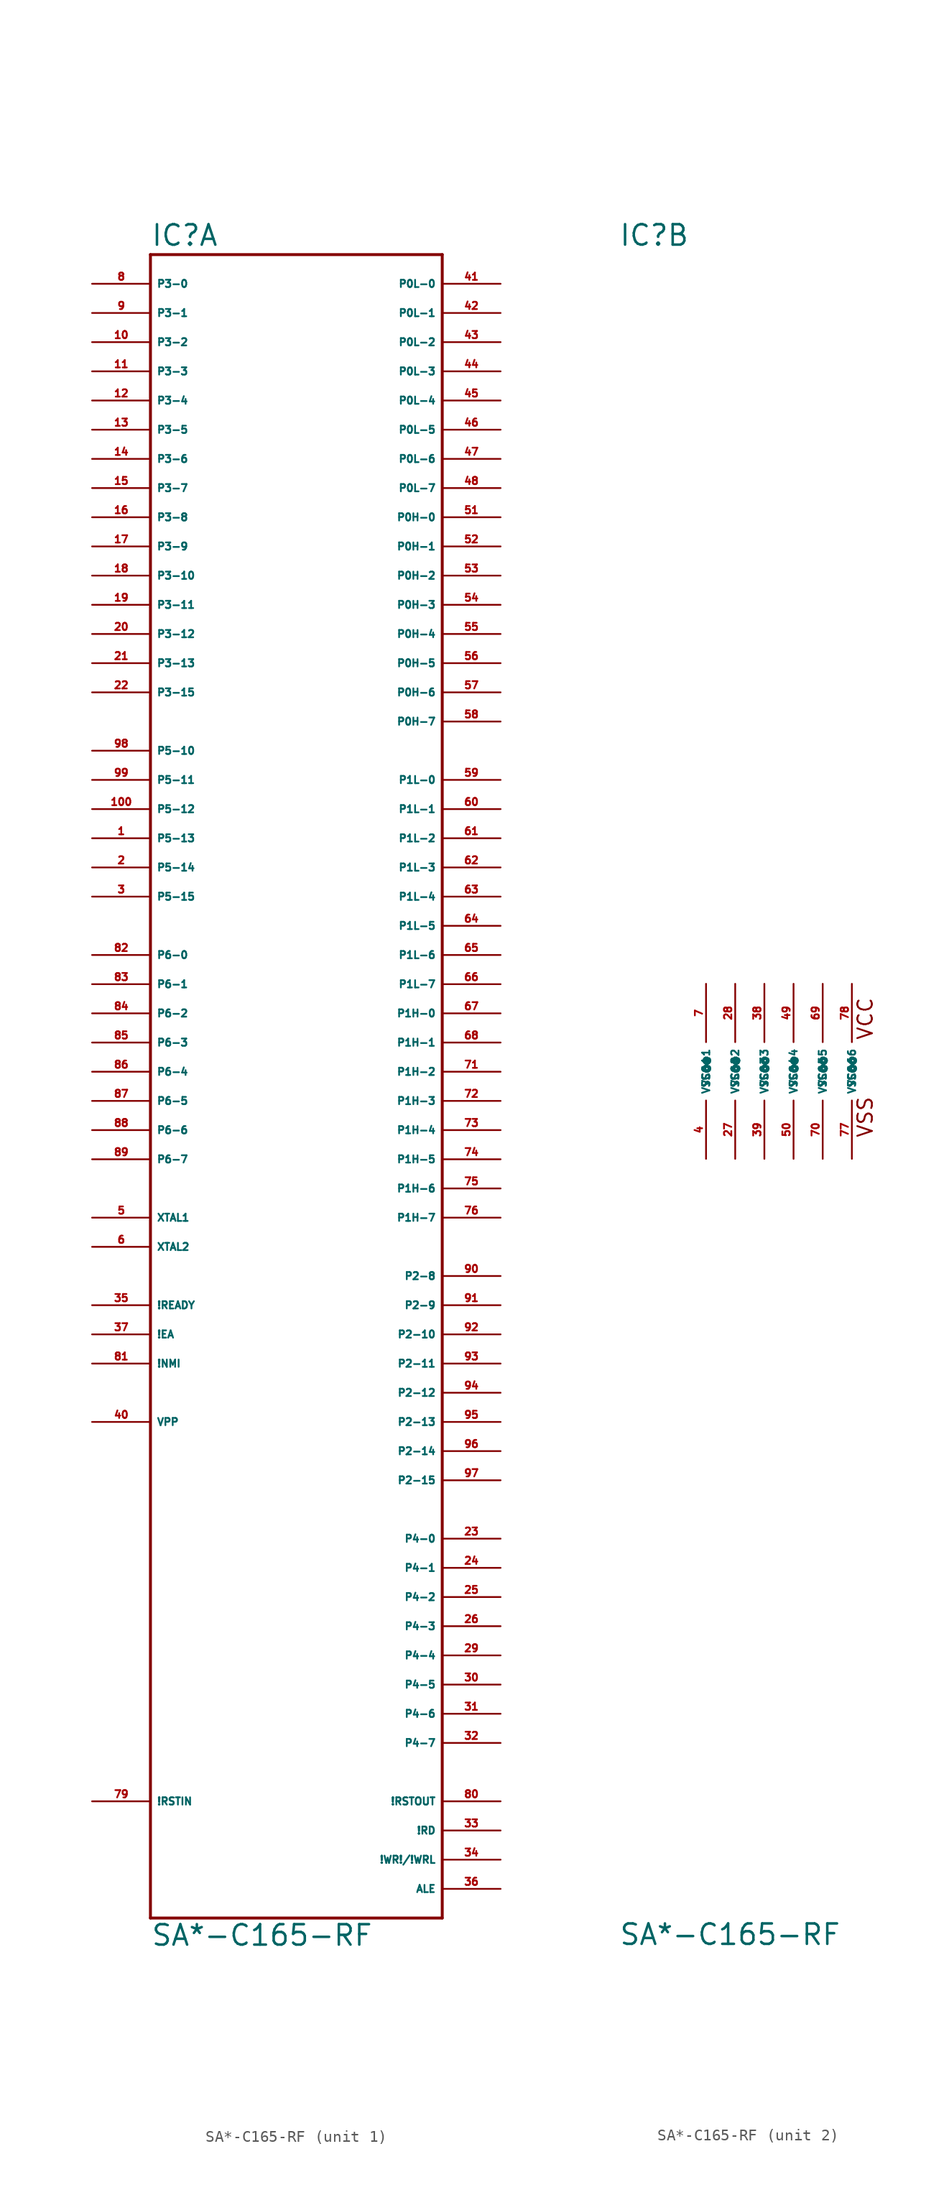
<source format=kicad_sym>
(kicad_symbol_lib
  (version 20220914)
  (generator Eagle2Kicad)
  (symbol "SA*-C165-RF"
    (property "Reference" "IC"
      (at -12.7 71.755 0)
      (effects (font (size 1.778 1.778) (thickness 0.22)) (justify left bottom)))
    (property "Value" "SA*-C165-RF"
      (at -12.7 -76.2 0)
      (effects (font (size 1.778 1.778) (thickness 0.22)) (justify left bottom)))
    (symbol "SA*-C165-RF_1_0"
      (polyline (pts (xy 12.7 71.12) (xy -12.7 71.12)) (stroke (width 0.254) (type default)) (fill (type none)))
      (polyline (pts (xy -12.7 71.12) (xy -12.7 -73.66)) (stroke (width 0.254) (type default)) (fill (type none)))
      (polyline (pts (xy -12.7 -73.66) (xy 12.7 -73.66)) (stroke (width 0.254) (type default)) (fill (type none)))
      (polyline (pts (xy 12.7 -73.66) (xy 12.7 71.12)) (stroke (width 0.254) (type default)) (fill (type none)))
      (pin bidirectional line (at 17.78 66.04 180) (length 5.08) (name "P0L-1" (effects (font (size 0.635 0.635) (thickness 0.08)) (justify left bottom))) (number "42" (effects (font (size 0.635 0.635) (thickness 0.08)) (justify left bottom))))
      (pin bidirectional line (at 17.78 63.5 180) (length 5.08) (name "P0L-2" (effects (font (size 0.635 0.635) (thickness 0.08)) (justify left bottom))) (number "43" (effects (font (size 0.635 0.635) (thickness 0.08)) (justify left bottom))))
      (pin bidirectional line (at 17.78 60.96 180) (length 5.08) (name "P0L-3" (effects (font (size 0.635 0.635) (thickness 0.08)) (justify left bottom))) (number "44" (effects (font (size 0.635 0.635) (thickness 0.08)) (justify left bottom))))
      (pin bidirectional line (at 17.78 58.42 180) (length 5.08) (name "P0L-4" (effects (font (size 0.635 0.635) (thickness 0.08)) (justify left bottom))) (number "45" (effects (font (size 0.635 0.635) (thickness 0.08)) (justify left bottom))))
      (pin bidirectional line (at 17.78 55.88 180) (length 5.08) (name "P0L-5" (effects (font (size 0.635 0.635) (thickness 0.08)) (justify left bottom))) (number "46" (effects (font (size 0.635 0.635) (thickness 0.08)) (justify left bottom))))
      (pin bidirectional line (at 17.78 53.34 180) (length 5.08) (name "P0L-6" (effects (font (size 0.635 0.635) (thickness 0.08)) (justify left bottom))) (number "47" (effects (font (size 0.635 0.635) (thickness 0.08)) (justify left bottom))))
      (pin bidirectional line (at 17.78 50.8 180) (length 5.08) (name "P0L-7" (effects (font (size 0.635 0.635) (thickness 0.08)) (justify left bottom))) (number "48" (effects (font (size 0.635 0.635) (thickness 0.08)) (justify left bottom))))
      (pin bidirectional line (at 17.78 48.26 180) (length 5.08) (name "P0H-0" (effects (font (size 0.635 0.635) (thickness 0.08)) (justify left bottom))) (number "51" (effects (font (size 0.635 0.635) (thickness 0.08)) (justify left bottom))))
      (pin bidirectional line (at 17.78 45.72 180) (length 5.08) (name "P0H-1" (effects (font (size 0.635 0.635) (thickness 0.08)) (justify left bottom))) (number "52" (effects (font (size 0.635 0.635) (thickness 0.08)) (justify left bottom))))
      (pin bidirectional line (at 17.78 43.18 180) (length 5.08) (name "P0H-2" (effects (font (size 0.635 0.635) (thickness 0.08)) (justify left bottom))) (number "53" (effects (font (size 0.635 0.635) (thickness 0.08)) (justify left bottom))))
      (pin bidirectional line (at 17.78 40.64 180) (length 5.08) (name "P0H-3" (effects (font (size 0.635 0.635) (thickness 0.08)) (justify left bottom))) (number "54" (effects (font (size 0.635 0.635) (thickness 0.08)) (justify left bottom))))
      (pin bidirectional line (at 17.78 38.1 180) (length 5.08) (name "P0H-4" (effects (font (size 0.635 0.635) (thickness 0.08)) (justify left bottom))) (number "55" (effects (font (size 0.635 0.635) (thickness 0.08)) (justify left bottom))))
      (pin bidirectional line (at 17.78 35.56 180) (length 5.08) (name "P0H-5" (effects (font (size 0.635 0.635) (thickness 0.08)) (justify left bottom))) (number "56" (effects (font (size 0.635 0.635) (thickness 0.08)) (justify left bottom))))
      (pin bidirectional line (at 17.78 33.02 180) (length 5.08) (name "P0H-6" (effects (font (size 0.635 0.635) (thickness 0.08)) (justify left bottom))) (number "57" (effects (font (size 0.635 0.635) (thickness 0.08)) (justify left bottom))))
      (pin bidirectional line (at 17.78 30.48 180) (length 5.08) (name "P0H-7" (effects (font (size 0.635 0.635) (thickness 0.08)) (justify left bottom))) (number "58" (effects (font (size 0.635 0.635) (thickness 0.08)) (justify left bottom))))
      (pin bidirectional line (at 17.78 68.58 180) (length 5.08) (name "P0L-0" (effects (font (size 0.635 0.635) (thickness 0.08)) (justify left bottom))) (number "41" (effects (font (size 0.635 0.635) (thickness 0.08)) (justify left bottom))))
      (pin input line (at -17.78 20.32 0) (length 5.08) (name "P5-13" (effects (font (size 0.635 0.635) (thickness 0.08)) (justify left bottom))) (number "1" (effects (font (size 0.635 0.635) (thickness 0.08)) (justify left bottom))))
      (pin input line (at -17.78 17.78 0) (length 5.08) (name "P5-14" (effects (font (size 0.635 0.635) (thickness 0.08)) (justify left bottom))) (number "2" (effects (font (size 0.635 0.635) (thickness 0.08)) (justify left bottom))))
      (pin input line (at -17.78 15.24 0) (length 5.08) (name "P5-15" (effects (font (size 0.635 0.635) (thickness 0.08)) (justify left bottom))) (number "3" (effects (font (size 0.635 0.635) (thickness 0.08)) (justify left bottom))))
      (pin bidirectional line (at -17.78 10.16 0) (length 5.08) (name "P6-0" (effects (font (size 0.635 0.635) (thickness 0.08)) (justify left bottom))) (number "82" (effects (font (size 0.635 0.635) (thickness 0.08)) (justify left bottom))))
      (pin bidirectional line (at -17.78 7.62 0) (length 5.08) (name "P6-1" (effects (font (size 0.635 0.635) (thickness 0.08)) (justify left bottom))) (number "83" (effects (font (size 0.635 0.635) (thickness 0.08)) (justify left bottom))))
      (pin bidirectional line (at -17.78 5.08 0) (length 5.08) (name "P6-2" (effects (font (size 0.635 0.635) (thickness 0.08)) (justify left bottom))) (number "84" (effects (font (size 0.635 0.635) (thickness 0.08)) (justify left bottom))))
      (pin bidirectional line (at -17.78 2.54 0) (length 5.08) (name "P6-3" (effects (font (size 0.635 0.635) (thickness 0.08)) (justify left bottom))) (number "85" (effects (font (size 0.635 0.635) (thickness 0.08)) (justify left bottom))))
      (pin bidirectional line (at -17.78 0 0) (length 5.08) (name "P6-4" (effects (font (size 0.635 0.635) (thickness 0.08)) (justify left bottom))) (number "86" (effects (font (size 0.635 0.635) (thickness 0.08)) (justify left bottom))))
      (pin bidirectional line (at -17.78 -2.54 0) (length 5.08) (name "P6-5" (effects (font (size 0.635 0.635) (thickness 0.08)) (justify left bottom))) (number "87" (effects (font (size 0.635 0.635) (thickness 0.08)) (justify left bottom))))
      (pin bidirectional line (at -17.78 -5.08 0) (length 5.08) (name "P6-6" (effects (font (size 0.635 0.635) (thickness 0.08)) (justify left bottom))) (number "88" (effects (font (size 0.635 0.635) (thickness 0.08)) (justify left bottom))))
      (pin bidirectional line (at 17.78 25.4 180) (length 5.08) (name "P1L-0" (effects (font (size 0.635 0.635) (thickness 0.08)) (justify left bottom))) (number "59" (effects (font (size 0.635 0.635) (thickness 0.08)) (justify left bottom))))
      (pin bidirectional line (at 17.78 22.86 180) (length 5.08) (name "P1L-1" (effects (font (size 0.635 0.635) (thickness 0.08)) (justify left bottom))) (number "60" (effects (font (size 0.635 0.635) (thickness 0.08)) (justify left bottom))))
      (pin bidirectional line (at 17.78 20.32 180) (length 5.08) (name "P1L-2" (effects (font (size 0.635 0.635) (thickness 0.08)) (justify left bottom))) (number "61" (effects (font (size 0.635 0.635) (thickness 0.08)) (justify left bottom))))
      (pin bidirectional line (at 17.78 17.78 180) (length 5.08) (name "P1L-3" (effects (font (size 0.635 0.635) (thickness 0.08)) (justify left bottom))) (number "62" (effects (font (size 0.635 0.635) (thickness 0.08)) (justify left bottom))))
      (pin bidirectional line (at 17.78 15.24 180) (length 5.08) (name "P1L-4" (effects (font (size 0.635 0.635) (thickness 0.08)) (justify left bottom))) (number "63" (effects (font (size 0.635 0.635) (thickness 0.08)) (justify left bottom))))
      (pin bidirectional line (at 17.78 12.7 180) (length 5.08) (name "P1L-5" (effects (font (size 0.635 0.635) (thickness 0.08)) (justify left bottom))) (number "64" (effects (font (size 0.635 0.635) (thickness 0.08)) (justify left bottom))))
      (pin bidirectional line (at 17.78 10.16 180) (length 5.08) (name "P1L-6" (effects (font (size 0.635 0.635) (thickness 0.08)) (justify left bottom))) (number "65" (effects (font (size 0.635 0.635) (thickness 0.08)) (justify left bottom))))
      (pin bidirectional line (at 17.78 7.62 180) (length 5.08) (name "P1L-7" (effects (font (size 0.635 0.635) (thickness 0.08)) (justify left bottom))) (number "66" (effects (font (size 0.635 0.635) (thickness 0.08)) (justify left bottom))))
      (pin bidirectional line (at 17.78 5.08 180) (length 5.08) (name "P1H-0" (effects (font (size 0.635 0.635) (thickness 0.08)) (justify left bottom))) (number "67" (effects (font (size 0.635 0.635) (thickness 0.08)) (justify left bottom))))
      (pin bidirectional line (at 17.78 2.54 180) (length 5.08) (name "P1H-1" (effects (font (size 0.635 0.635) (thickness 0.08)) (justify left bottom))) (number "68" (effects (font (size 0.635 0.635) (thickness 0.08)) (justify left bottom))))
      (pin bidirectional line (at 17.78 0 180) (length 5.08) (name "P1H-2" (effects (font (size 0.635 0.635) (thickness 0.08)) (justify left bottom))) (number "71" (effects (font (size 0.635 0.635) (thickness 0.08)) (justify left bottom))))
      (pin bidirectional line (at 17.78 -2.54 180) (length 5.08) (name "P1H-3" (effects (font (size 0.635 0.635) (thickness 0.08)) (justify left bottom))) (number "72" (effects (font (size 0.635 0.635) (thickness 0.08)) (justify left bottom))))
      (pin bidirectional line (at 17.78 -5.08 180) (length 5.08) (name "P1H-4" (effects (font (size 0.635 0.635) (thickness 0.08)) (justify left bottom))) (number "73" (effects (font (size 0.635 0.635) (thickness 0.08)) (justify left bottom))))
      (pin bidirectional line (at 17.78 -7.62 180) (length 5.08) (name "P1H-5" (effects (font (size 0.635 0.635) (thickness 0.08)) (justify left bottom))) (number "74" (effects (font (size 0.635 0.635) (thickness 0.08)) (justify left bottom))))
      (pin bidirectional line (at 17.78 -10.16 180) (length 5.08) (name "P1H-6" (effects (font (size 0.635 0.635) (thickness 0.08)) (justify left bottom))) (number "75" (effects (font (size 0.635 0.635) (thickness 0.08)) (justify left bottom))))
      (pin bidirectional line (at 17.78 -12.7 180) (length 5.08) (name "P1H-7" (effects (font (size 0.635 0.635) (thickness 0.08)) (justify left bottom))) (number "76" (effects (font (size 0.635 0.635) (thickness 0.08)) (justify left bottom))))
      (pin bidirectional line (at 17.78 -17.78 180) (length 5.08) (name "P2-8" (effects (font (size 0.635 0.635) (thickness 0.08)) (justify left bottom))) (number "90" (effects (font (size 0.635 0.635) (thickness 0.08)) (justify left bottom))))
      (pin bidirectional line (at 17.78 -20.32 180) (length 5.08) (name "P2-9" (effects (font (size 0.635 0.635) (thickness 0.08)) (justify left bottom))) (number "91" (effects (font (size 0.635 0.635) (thickness 0.08)) (justify left bottom))))
      (pin bidirectional line (at 17.78 -22.86 180) (length 5.08) (name "P2-10" (effects (font (size 0.635 0.635) (thickness 0.08)) (justify left bottom))) (number "92" (effects (font (size 0.635 0.635) (thickness 0.08)) (justify left bottom))))
      (pin bidirectional line (at 17.78 -25.4 180) (length 5.08) (name "P2-11" (effects (font (size 0.635 0.635) (thickness 0.08)) (justify left bottom))) (number "93" (effects (font (size 0.635 0.635) (thickness 0.08)) (justify left bottom))))
      (pin bidirectional line (at 17.78 -27.94 180) (length 5.08) (name "P2-12" (effects (font (size 0.635 0.635) (thickness 0.08)) (justify left bottom))) (number "94" (effects (font (size 0.635 0.635) (thickness 0.08)) (justify left bottom))))
      (pin bidirectional line (at 17.78 -33.02 180) (length 5.08) (name "P2-14" (effects (font (size 0.635 0.635) (thickness 0.08)) (justify left bottom))) (number "96" (effects (font (size 0.635 0.635) (thickness 0.08)) (justify left bottom))))
      (pin bidirectional line (at 17.78 -35.56 180) (length 5.08) (name "P2-15" (effects (font (size 0.635 0.635) (thickness 0.08)) (justify left bottom))) (number "97" (effects (font (size 0.635 0.635) (thickness 0.08)) (justify left bottom))))
      (pin bidirectional line (at 17.78 -30.48 180) (length 5.08) (name "P2-13" (effects (font (size 0.635 0.635) (thickness 0.08)) (justify left bottom))) (number "95" (effects (font (size 0.635 0.635) (thickness 0.08)) (justify left bottom))))
      (pin bidirectional line (at 17.78 -40.64 180) (length 5.08) (name "P4-0" (effects (font (size 0.635 0.635) (thickness 0.08)) (justify left bottom))) (number "23" (effects (font (size 0.635 0.635) (thickness 0.08)) (justify left bottom))))
      (pin bidirectional line (at 17.78 -43.18 180) (length 5.08) (name "P4-1" (effects (font (size 0.635 0.635) (thickness 0.08)) (justify left bottom))) (number "24" (effects (font (size 0.635 0.635) (thickness 0.08)) (justify left bottom))))
      (pin bidirectional line (at 17.78 -45.72 180) (length 5.08) (name "P4-2" (effects (font (size 0.635 0.635) (thickness 0.08)) (justify left bottom))) (number "25" (effects (font (size 0.635 0.635) (thickness 0.08)) (justify left bottom))))
      (pin bidirectional line (at 17.78 -48.26 180) (length 5.08) (name "P4-3" (effects (font (size 0.635 0.635) (thickness 0.08)) (justify left bottom))) (number "26" (effects (font (size 0.635 0.635) (thickness 0.08)) (justify left bottom))))
      (pin bidirectional line (at 17.78 -50.8 180) (length 5.08) (name "P4-4" (effects (font (size 0.635 0.635) (thickness 0.08)) (justify left bottom))) (number "29" (effects (font (size 0.635 0.635) (thickness 0.08)) (justify left bottom))))
      (pin bidirectional line (at 17.78 -53.34 180) (length 5.08) (name "P4-5" (effects (font (size 0.635 0.635) (thickness 0.08)) (justify left bottom))) (number "30" (effects (font (size 0.635 0.635) (thickness 0.08)) (justify left bottom))))
      (pin bidirectional line (at 17.78 -55.88 180) (length 5.08) (name "P4-6" (effects (font (size 0.635 0.635) (thickness 0.08)) (justify left bottom))) (number "31" (effects (font (size 0.635 0.635) (thickness 0.08)) (justify left bottom))))
      (pin bidirectional line (at 17.78 -58.42 180) (length 5.08) (name "P4-7" (effects (font (size 0.635 0.635) (thickness 0.08)) (justify left bottom))) (number "32" (effects (font (size 0.635 0.635) (thickness 0.08)) (justify left bottom))))
      (pin bidirectional line (at -17.78 68.58 0) (length 5.08) (name "P3-0" (effects (font (size 0.635 0.635) (thickness 0.08)) (justify left bottom))) (number "8" (effects (font (size 0.635 0.635) (thickness 0.08)) (justify left bottom))))
      (pin bidirectional line (at -17.78 66.04 0) (length 5.08) (name "P3-1" (effects (font (size 0.635 0.635) (thickness 0.08)) (justify left bottom))) (number "9" (effects (font (size 0.635 0.635) (thickness 0.08)) (justify left bottom))))
      (pin bidirectional line (at -17.78 63.5 0) (length 5.08) (name "P3-2" (effects (font (size 0.635 0.635) (thickness 0.08)) (justify left bottom))) (number "10" (effects (font (size 0.635 0.635) (thickness 0.08)) (justify left bottom))))
      (pin bidirectional line (at -17.78 60.96 0) (length 5.08) (name "P3-3" (effects (font (size 0.635 0.635) (thickness 0.08)) (justify left bottom))) (number "11" (effects (font (size 0.635 0.635) (thickness 0.08)) (justify left bottom))))
      (pin bidirectional line (at -17.78 58.42 0) (length 5.08) (name "P3-4" (effects (font (size 0.635 0.635) (thickness 0.08)) (justify left bottom))) (number "12" (effects (font (size 0.635 0.635) (thickness 0.08)) (justify left bottom))))
      (pin bidirectional line (at -17.78 55.88 0) (length 5.08) (name "P3-5" (effects (font (size 0.635 0.635) (thickness 0.08)) (justify left bottom))) (number "13" (effects (font (size 0.635 0.635) (thickness 0.08)) (justify left bottom))))
      (pin bidirectional line (at -17.78 53.34 0) (length 5.08) (name "P3-6" (effects (font (size 0.635 0.635) (thickness 0.08)) (justify left bottom))) (number "14" (effects (font (size 0.635 0.635) (thickness 0.08)) (justify left bottom))))
      (pin bidirectional line (at -17.78 50.8 0) (length 5.08) (name "P3-7" (effects (font (size 0.635 0.635) (thickness 0.08)) (justify left bottom))) (number "15" (effects (font (size 0.635 0.635) (thickness 0.08)) (justify left bottom))))
      (pin bidirectional line (at -17.78 48.26 0) (length 5.08) (name "P3-8" (effects (font (size 0.635 0.635) (thickness 0.08)) (justify left bottom))) (number "16" (effects (font (size 0.635 0.635) (thickness 0.08)) (justify left bottom))))
      (pin bidirectional line (at -17.78 45.72 0) (length 5.08) (name "P3-9" (effects (font (size 0.635 0.635) (thickness 0.08)) (justify left bottom))) (number "17" (effects (font (size 0.635 0.635) (thickness 0.08)) (justify left bottom))))
      (pin bidirectional line (at -17.78 43.18 0) (length 5.08) (name "P3-10" (effects (font (size 0.635 0.635) (thickness 0.08)) (justify left bottom))) (number "18" (effects (font (size 0.635 0.635) (thickness 0.08)) (justify left bottom))))
      (pin bidirectional line (at -17.78 40.64 0) (length 5.08) (name "P3-11" (effects (font (size 0.635 0.635) (thickness 0.08)) (justify left bottom))) (number "19" (effects (font (size 0.635 0.635) (thickness 0.08)) (justify left bottom))))
      (pin bidirectional line (at -17.78 38.1 0) (length 5.08) (name "P3-12" (effects (font (size 0.635 0.635) (thickness 0.08)) (justify left bottom))) (number "20" (effects (font (size 0.635 0.635) (thickness 0.08)) (justify left bottom))))
      (pin bidirectional line (at -17.78 35.56 0) (length 5.08) (name "P3-13" (effects (font (size 0.635 0.635) (thickness 0.08)) (justify left bottom))) (number "21" (effects (font (size 0.635 0.635) (thickness 0.08)) (justify left bottom))))
      (pin bidirectional line (at -17.78 33.02 0) (length 5.08) (name "P3-15" (effects (font (size 0.635 0.635) (thickness 0.08)) (justify left bottom))) (number "22" (effects (font (size 0.635 0.635) (thickness 0.08)) (justify left bottom))))
      (pin input line (at -17.78 22.86 0) (length 5.08) (name "P5-12" (effects (font (size 0.635 0.635) (thickness 0.08)) (justify left bottom))) (number "100" (effects (font (size 0.635 0.635) (thickness 0.08)) (justify left bottom))))
      (pin input line (at -17.78 27.94 0) (length 5.08) (name "P5-10" (effects (font (size 0.635 0.635) (thickness 0.08)) (justify left bottom))) (number "98" (effects (font (size 0.635 0.635) (thickness 0.08)) (justify left bottom))))
      (pin input line (at -17.78 25.4 0) (length 5.08) (name "P5-11" (effects (font (size 0.635 0.635) (thickness 0.08)) (justify left bottom))) (number "99" (effects (font (size 0.635 0.635) (thickness 0.08)) (justify left bottom))))
      (pin input line (at -17.78 -12.7 0) (length 5.08) (name "XTAL1" (effects (font (size 0.635 0.635) (thickness 0.08)) (justify left bottom))) (number "5" (effects (font (size 0.635 0.635) (thickness 0.08)) (justify left bottom))))
      (pin output line (at -17.78 -15.24 0) (length 5.08) (name "XTAL2" (effects (font (size 0.635 0.635) (thickness 0.08)) (justify left bottom))) (number "6" (effects (font (size 0.635 0.635) (thickness 0.08)) (justify left bottom))))
      (pin input line (at -17.78 -22.86 0) (length 5.08) (name "!EA" (effects (font (size 0.635 0.635) (thickness 0.08)) (justify left bottom))) (number "37" (effects (font (size 0.635 0.635) (thickness 0.08)) (justify left bottom))))
      (pin bidirectional line (at -17.78 -7.62 0) (length 5.08) (name "P6-7" (effects (font (size 0.635 0.635) (thickness 0.08)) (justify left bottom))) (number "89" (effects (font (size 0.635 0.635) (thickness 0.08)) (justify left bottom))))
      (pin output line (at 17.78 -63.5 180) (length 5.08) (name "!RSTOUT" (effects (font (size 0.635 0.635) (thickness 0.08)) (justify left bottom))) (number "80" (effects (font (size 0.635 0.635) (thickness 0.08)) (justify left bottom))))
      (pin input line (at -17.78 -63.5 0) (length 5.08) (name "!RSTIN" (effects (font (size 0.635 0.635) (thickness 0.08)) (justify left bottom))) (number "79" (effects (font (size 0.635 0.635) (thickness 0.08)) (justify left bottom))))
      (pin output line (at 17.78 -71.12 180) (length 5.08) (name "ALE" (effects (font (size 0.635 0.635) (thickness 0.08)) (justify left bottom))) (number "36" (effects (font (size 0.635 0.635) (thickness 0.08)) (justify left bottom))))
      (pin input line (at -17.78 -20.32 0) (length 5.08) (name "!READY" (effects (font (size 0.635 0.635) (thickness 0.08)) (justify left bottom))) (number "35" (effects (font (size 0.635 0.635) (thickness 0.08)) (justify left bottom))))
      (pin output line (at 17.78 -68.58 180) (length 5.08) (name "!WR!/!WRL" (effects (font (size 0.635 0.635) (thickness 0.08)) (justify left bottom))) (number "34" (effects (font (size 0.635 0.635) (thickness 0.08)) (justify left bottom))))
      (pin output line (at 17.78 -66.04 180) (length 5.08) (name "!RD" (effects (font (size 0.635 0.635) (thickness 0.08)) (justify left bottom))) (number "33" (effects (font (size 0.635 0.635) (thickness 0.08)) (justify left bottom))))
      (pin input line (at -17.78 -25.4 0) (length 5.08) (name "!NMI" (effects (font (size 0.635 0.635) (thickness 0.08)) (justify left bottom))) (number "81" (effects (font (size 0.635 0.635) (thickness 0.08)) (justify left bottom))))
      (pin passive line (at -17.78 -30.48 0) (length 5.08) (name "VPP" (effects (font (size 0.635 0.635) (thickness 0.08)) (justify left bottom))) (number "40" (effects (font (size 0.635 0.635) (thickness 0.08)) (justify left bottom)))))
    (symbol "SA*-C165-RF_2_0"
      (text "VCC" (at 9.525 2.667 900) (effects (font (size 1.27 1.27) (thickness 0.16)) (justify left bottom)))
      (text "VSS" (at 9.525 -5.842 900) (effects (font (size 1.27 1.27) (thickness 0.16)) (justify left bottom)))
      (pin unspecified line (at -5.08 7.62 270) (length 5.08) (name "VCC@1" (effects (font (size 0.635 0.635) (thickness 0.08)) (justify left bottom))) (number "7" (effects (font (size 0.635 0.635) (thickness 0.08)) (justify left bottom))))
      (pin unspecified line (at -2.54 7.62 270) (length 5.08) (name "VCC@2" (effects (font (size 0.635 0.635) (thickness 0.08)) (justify left bottom))) (number "28" (effects (font (size 0.635 0.635) (thickness 0.08)) (justify left bottom))))
      (pin unspecified line (at 0 7.62 270) (length 5.08) (name "VCC@3" (effects (font (size 0.635 0.635) (thickness 0.08)) (justify left bottom))) (number "38" (effects (font (size 0.635 0.635) (thickness 0.08)) (justify left bottom))))
      (pin unspecified line (at 2.54 7.62 270) (length 5.08) (name "VCC@4" (effects (font (size 0.635 0.635) (thickness 0.08)) (justify left bottom))) (number "49" (effects (font (size 0.635 0.635) (thickness 0.08)) (justify left bottom))))
      (pin unspecified line (at 5.08 7.62 270) (length 5.08) (name "VCC@5" (effects (font (size 0.635 0.635) (thickness 0.08)) (justify left bottom))) (number "69" (effects (font (size 0.635 0.635) (thickness 0.08)) (justify left bottom))))
      (pin unspecified line (at 7.62 7.62 270) (length 5.08) (name "VCC@6" (effects (font (size 0.635 0.635) (thickness 0.08)) (justify left bottom))) (number "78" (effects (font (size 0.635 0.635) (thickness 0.08)) (justify left bottom))))
      (pin unspecified line (at -5.08 -7.62 90) (length 5.08) (name "VSS@1" (effects (font (size 0.635 0.635) (thickness 0.08)) (justify left bottom))) (number "4" (effects (font (size 0.635 0.635) (thickness 0.08)) (justify left bottom))))
      (pin unspecified line (at -2.54 -7.62 90) (length 5.08) (name "VSS@2" (effects (font (size 0.635 0.635) (thickness 0.08)) (justify left bottom))) (number "27" (effects (font (size 0.635 0.635) (thickness 0.08)) (justify left bottom))))
      (pin unspecified line (at 0 -7.62 90) (length 5.08) (name "VSS@3" (effects (font (size 0.635 0.635) (thickness 0.08)) (justify left bottom))) (number "39" (effects (font (size 0.635 0.635) (thickness 0.08)) (justify left bottom))))
      (pin unspecified line (at 2.54 -7.62 90) (length 5.08) (name "VSS@4" (effects (font (size 0.635 0.635) (thickness 0.08)) (justify left bottom))) (number "50" (effects (font (size 0.635 0.635) (thickness 0.08)) (justify left bottom))))
      (pin unspecified line (at 5.08 -7.62 90) (length 5.08) (name "VSS@5" (effects (font (size 0.635 0.635) (thickness 0.08)) (justify left bottom))) (number "70" (effects (font (size 0.635 0.635) (thickness 0.08)) (justify left bottom))))
      (pin unspecified line (at 7.62 -7.62 90) (length 5.08) (name "VSS@6" (effects (font (size 0.635 0.635) (thickness 0.08)) (justify left bottom))) (number "77" (effects (font (size 0.635 0.635) (thickness 0.08)) (justify left bottom)))))))
</source>
